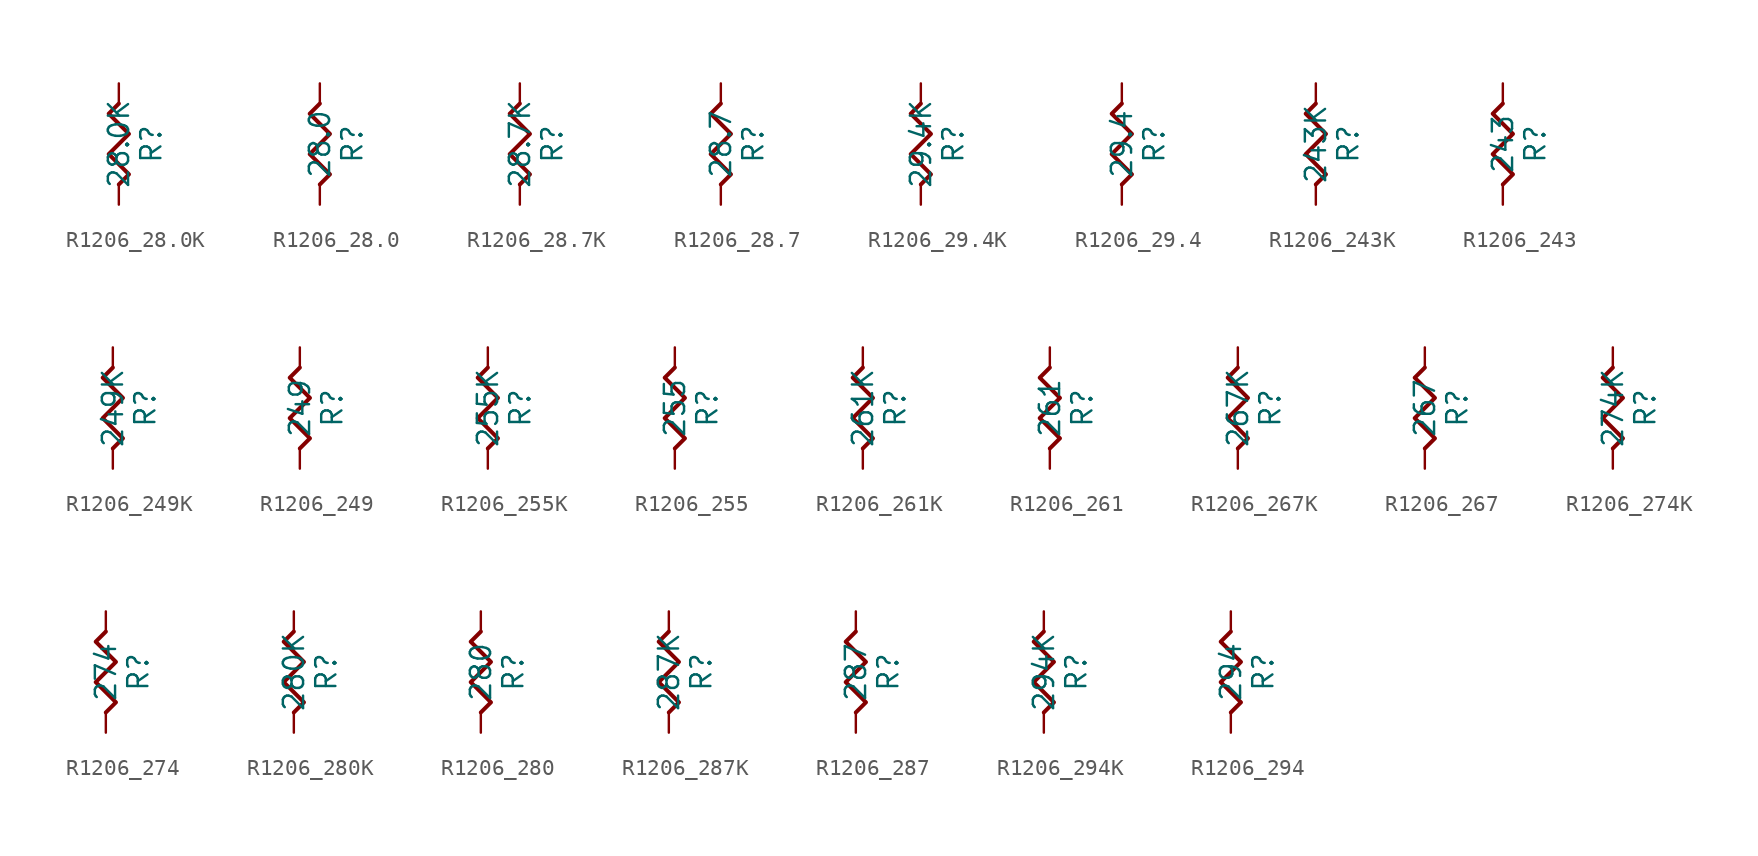
<source format=kicad_sym>
(kicad_symbol_lib
  (version 20211014)
  (generator atlantix-eda)
  (symbol "R1206_28.0K"
    (pin_numbers hide)
    (pin_names
      (offset 0))
    (property "Reference" "R"
      (at 2.032 0 90)
      (effects (font (size 1.27 1.27))))
    (property "Value" "28.0K"
      (at 0 0 90)
      (effects (font (size 1.27 1.27))))
    (symbol "R1206_28.0K_0_1"
      (polyline (pts (xy 0 -2.54) (xy 0.635 -1.905) (xy -0.635 -0.635) (xy 0.635 0.635) (xy -0.635 1.905) (xy 0 2.54)) (stroke (width 0.254) (type default) (color 0 0 0 0)) (fill (type none))))
    (symbol "R1206_28.0K_1_1"
      (pin passive line (at 0 3.81 270) (length 1.27) (name "~" (effects (font (size 1.27 1.27)))) (number "1" (effects (font (size 1.27 1.27)))))
      (pin passive line (at 0 -3.81 90) (length 1.27) (name "~" (effects (font (size 1.27 1.27)))) (number "2" (effects (font (size 1.27 1.27)))))))
  (symbol "R1206_28.0"
    (pin_numbers hide)
    (pin_names
      (offset 0))
    (property "Reference" "R"
      (at 2.032 0 90)
      (effects (font (size 1.27 1.27))))
    (property "Value" "28.0"
      (at 0 0 90)
      (effects (font (size 1.27 1.27))))
    (symbol "R1206_28.0_0_1"
      (polyline (pts (xy 0 -2.54) (xy 0.635 -1.905) (xy -0.635 -0.635) (xy 0.635 0.635) (xy -0.635 1.905) (xy 0 2.54)) (stroke (width 0.254) (type default) (color 0 0 0 0)) (fill (type none))))
    (symbol "R1206_28.0_1_1"
      (pin passive line (at 0 3.81 270) (length 1.27) (name "~" (effects (font (size 1.27 1.27)))) (number "1" (effects (font (size 1.27 1.27)))))
      (pin passive line (at 0 -3.81 90) (length 1.27) (name "~" (effects (font (size 1.27 1.27)))) (number "2" (effects (font (size 1.27 1.27)))))))
  (symbol "R1206_28.7K"
    (pin_numbers hide)
    (pin_names
      (offset 0))
    (property "Reference" "R"
      (at 2.032 0 90)
      (effects (font (size 1.27 1.27))))
    (property "Value" "28.7K"
      (at 0 0 90)
      (effects (font (size 1.27 1.27))))
    (symbol "R1206_28.7K_0_1"
      (polyline (pts (xy 0 -2.54) (xy 0.635 -1.905) (xy -0.635 -0.635) (xy 0.635 0.635) (xy -0.635 1.905) (xy 0 2.54)) (stroke (width 0.254) (type default) (color 0 0 0 0)) (fill (type none))))
    (symbol "R1206_28.7K_1_1"
      (pin passive line (at 0 3.81 270) (length 1.27) (name "~" (effects (font (size 1.27 1.27)))) (number "1" (effects (font (size 1.27 1.27)))))
      (pin passive line (at 0 -3.81 90) (length 1.27) (name "~" (effects (font (size 1.27 1.27)))) (number "2" (effects (font (size 1.27 1.27)))))))
  (symbol "R1206_28.7"
    (pin_numbers hide)
    (pin_names
      (offset 0))
    (property "Reference" "R"
      (at 2.032 0 90)
      (effects (font (size 1.27 1.27))))
    (property "Value" "28.7"
      (at 0 0 90)
      (effects (font (size 1.27 1.27))))
    (symbol "R1206_28.7_0_1"
      (polyline (pts (xy 0 -2.54) (xy 0.635 -1.905) (xy -0.635 -0.635) (xy 0.635 0.635) (xy -0.635 1.905) (xy 0 2.54)) (stroke (width 0.254) (type default) (color 0 0 0 0)) (fill (type none))))
    (symbol "R1206_28.7_1_1"
      (pin passive line (at 0 3.81 270) (length 1.27) (name "~" (effects (font (size 1.27 1.27)))) (number "1" (effects (font (size 1.27 1.27)))))
      (pin passive line (at 0 -3.81 90) (length 1.27) (name "~" (effects (font (size 1.27 1.27)))) (number "2" (effects (font (size 1.27 1.27)))))))
  (symbol "R1206_29.4K"
    (pin_numbers hide)
    (pin_names
      (offset 0))
    (property "Reference" "R"
      (at 2.032 0 90)
      (effects (font (size 1.27 1.27))))
    (property "Value" "29.4K"
      (at 0 0 90)
      (effects (font (size 1.27 1.27))))
    (symbol "R1206_29.4K_0_1"
      (polyline (pts (xy 0 -2.54) (xy 0.635 -1.905) (xy -0.635 -0.635) (xy 0.635 0.635) (xy -0.635 1.905) (xy 0 2.54)) (stroke (width 0.254) (type default) (color 0 0 0 0)) (fill (type none))))
    (symbol "R1206_29.4K_1_1"
      (pin passive line (at 0 3.81 270) (length 1.27) (name "~" (effects (font (size 1.27 1.27)))) (number "1" (effects (font (size 1.27 1.27)))))
      (pin passive line (at 0 -3.81 90) (length 1.27) (name "~" (effects (font (size 1.27 1.27)))) (number "2" (effects (font (size 1.27 1.27)))))))
  (symbol "R1206_29.4"
    (pin_numbers hide)
    (pin_names
      (offset 0))
    (property "Reference" "R"
      (at 2.032 0 90)
      (effects (font (size 1.27 1.27))))
    (property "Value" "29.4"
      (at 0 0 90)
      (effects (font (size 1.27 1.27))))
    (symbol "R1206_29.4_0_1"
      (polyline (pts (xy 0 -2.54) (xy 0.635 -1.905) (xy -0.635 -0.635) (xy 0.635 0.635) (xy -0.635 1.905) (xy 0 2.54)) (stroke (width 0.254) (type default) (color 0 0 0 0)) (fill (type none))))
    (symbol "R1206_29.4_1_1"
      (pin passive line (at 0 3.81 270) (length 1.27) (name "~" (effects (font (size 1.27 1.27)))) (number "1" (effects (font (size 1.27 1.27)))))
      (pin passive line (at 0 -3.81 90) (length 1.27) (name "~" (effects (font (size 1.27 1.27)))) (number "2" (effects (font (size 1.27 1.27)))))))
  (symbol "R1206_243K"
    (pin_numbers hide)
    (pin_names
      (offset 0))
    (property "Reference" "R"
      (at 2.032 0 90)
      (effects (font (size 1.27 1.27))))
    (property "Value" "243K"
      (at 0 0 90)
      (effects (font (size 1.27 1.27))))
    (symbol "R1206_243K_0_1"
      (polyline (pts (xy 0 -2.54) (xy 0.635 -1.905) (xy -0.635 -0.635) (xy 0.635 0.635) (xy -0.635 1.905) (xy 0 2.54)) (stroke (width 0.254) (type default) (color 0 0 0 0)) (fill (type none))))
    (symbol "R1206_243K_1_1"
      (pin passive line (at 0 3.81 270) (length 1.27) (name "~" (effects (font (size 1.27 1.27)))) (number "1" (effects (font (size 1.27 1.27)))))
      (pin passive line (at 0 -3.81 90) (length 1.27) (name "~" (effects (font (size 1.27 1.27)))) (number "2" (effects (font (size 1.27 1.27)))))))
  (symbol "R1206_243"
    (pin_numbers hide)
    (pin_names
      (offset 0))
    (property "Reference" "R"
      (at 2.032 0 90)
      (effects (font (size 1.27 1.27))))
    (property "Value" "243"
      (at 0 0 90)
      (effects (font (size 1.27 1.27))))
    (symbol "R1206_243_0_1"
      (polyline (pts (xy 0 -2.54) (xy 0.635 -1.905) (xy -0.635 -0.635) (xy 0.635 0.635) (xy -0.635 1.905) (xy 0 2.54)) (stroke (width 0.254) (type default) (color 0 0 0 0)) (fill (type none))))
    (symbol "R1206_243_1_1"
      (pin passive line (at 0 3.81 270) (length 1.27) (name "~" (effects (font (size 1.27 1.27)))) (number "1" (effects (font (size 1.27 1.27)))))
      (pin passive line (at 0 -3.81 90) (length 1.27) (name "~" (effects (font (size 1.27 1.27)))) (number "2" (effects (font (size 1.27 1.27)))))))
  (symbol "R1206_249K"
    (pin_numbers hide)
    (pin_names
      (offset 0))
    (property "Reference" "R"
      (at 2.032 0 90)
      (effects (font (size 1.27 1.27))))
    (property "Value" "249K"
      (at 0 0 90)
      (effects (font (size 1.27 1.27))))
    (symbol "R1206_249K_0_1"
      (polyline (pts (xy 0 -2.54) (xy 0.635 -1.905) (xy -0.635 -0.635) (xy 0.635 0.635) (xy -0.635 1.905) (xy 0 2.54)) (stroke (width 0.254) (type default) (color 0 0 0 0)) (fill (type none))))
    (symbol "R1206_249K_1_1"
      (pin passive line (at 0 3.81 270) (length 1.27) (name "~" (effects (font (size 1.27 1.27)))) (number "1" (effects (font (size 1.27 1.27)))))
      (pin passive line (at 0 -3.81 90) (length 1.27) (name "~" (effects (font (size 1.27 1.27)))) (number "2" (effects (font (size 1.27 1.27)))))))
  (symbol "R1206_249"
    (pin_numbers hide)
    (pin_names
      (offset 0))
    (property "Reference" "R"
      (at 2.032 0 90)
      (effects (font (size 1.27 1.27))))
    (property "Value" "249"
      (at 0 0 90)
      (effects (font (size 1.27 1.27))))
    (symbol "R1206_249_0_1"
      (polyline (pts (xy 0 -2.54) (xy 0.635 -1.905) (xy -0.635 -0.635) (xy 0.635 0.635) (xy -0.635 1.905) (xy 0 2.54)) (stroke (width 0.254) (type default) (color 0 0 0 0)) (fill (type none))))
    (symbol "R1206_249_1_1"
      (pin passive line (at 0 3.81 270) (length 1.27) (name "~" (effects (font (size 1.27 1.27)))) (number "1" (effects (font (size 1.27 1.27)))))
      (pin passive line (at 0 -3.81 90) (length 1.27) (name "~" (effects (font (size 1.27 1.27)))) (number "2" (effects (font (size 1.27 1.27)))))))
  (symbol "R1206_255K"
    (pin_numbers hide)
    (pin_names
      (offset 0))
    (property "Reference" "R"
      (at 2.032 0 90)
      (effects (font (size 1.27 1.27))))
    (property "Value" "255K"
      (at 0 0 90)
      (effects (font (size 1.27 1.27))))
    (symbol "R1206_255K_0_1"
      (polyline (pts (xy 0 -2.54) (xy 0.635 -1.905) (xy -0.635 -0.635) (xy 0.635 0.635) (xy -0.635 1.905) (xy 0 2.54)) (stroke (width 0.254) (type default) (color 0 0 0 0)) (fill (type none))))
    (symbol "R1206_255K_1_1"
      (pin passive line (at 0 3.81 270) (length 1.27) (name "~" (effects (font (size 1.27 1.27)))) (number "1" (effects (font (size 1.27 1.27)))))
      (pin passive line (at 0 -3.81 90) (length 1.27) (name "~" (effects (font (size 1.27 1.27)))) (number "2" (effects (font (size 1.27 1.27)))))))
  (symbol "R1206_255"
    (pin_numbers hide)
    (pin_names
      (offset 0))
    (property "Reference" "R"
      (at 2.032 0 90)
      (effects (font (size 1.27 1.27))))
    (property "Value" "255"
      (at 0 0 90)
      (effects (font (size 1.27 1.27))))
    (symbol "R1206_255_0_1"
      (polyline (pts (xy 0 -2.54) (xy 0.635 -1.905) (xy -0.635 -0.635) (xy 0.635 0.635) (xy -0.635 1.905) (xy 0 2.54)) (stroke (width 0.254) (type default) (color 0 0 0 0)) (fill (type none))))
    (symbol "R1206_255_1_1"
      (pin passive line (at 0 3.81 270) (length 1.27) (name "~" (effects (font (size 1.27 1.27)))) (number "1" (effects (font (size 1.27 1.27)))))
      (pin passive line (at 0 -3.81 90) (length 1.27) (name "~" (effects (font (size 1.27 1.27)))) (number "2" (effects (font (size 1.27 1.27)))))))
  (symbol "R1206_261K"
    (pin_numbers hide)
    (pin_names
      (offset 0))
    (property "Reference" "R"
      (at 2.032 0 90)
      (effects (font (size 1.27 1.27))))
    (property "Value" "261K"
      (at 0 0 90)
      (effects (font (size 1.27 1.27))))
    (symbol "R1206_261K_0_1"
      (polyline (pts (xy 0 -2.54) (xy 0.635 -1.905) (xy -0.635 -0.635) (xy 0.635 0.635) (xy -0.635 1.905) (xy 0 2.54)) (stroke (width 0.254) (type default) (color 0 0 0 0)) (fill (type none))))
    (symbol "R1206_261K_1_1"
      (pin passive line (at 0 3.81 270) (length 1.27) (name "~" (effects (font (size 1.27 1.27)))) (number "1" (effects (font (size 1.27 1.27)))))
      (pin passive line (at 0 -3.81 90) (length 1.27) (name "~" (effects (font (size 1.27 1.27)))) (number "2" (effects (font (size 1.27 1.27)))))))
  (symbol "R1206_261"
    (pin_numbers hide)
    (pin_names
      (offset 0))
    (property "Reference" "R"
      (at 2.032 0 90)
      (effects (font (size 1.27 1.27))))
    (property "Value" "261"
      (at 0 0 90)
      (effects (font (size 1.27 1.27))))
    (symbol "R1206_261_0_1"
      (polyline (pts (xy 0 -2.54) (xy 0.635 -1.905) (xy -0.635 -0.635) (xy 0.635 0.635) (xy -0.635 1.905) (xy 0 2.54)) (stroke (width 0.254) (type default) (color 0 0 0 0)) (fill (type none))))
    (symbol "R1206_261_1_1"
      (pin passive line (at 0 3.81 270) (length 1.27) (name "~" (effects (font (size 1.27 1.27)))) (number "1" (effects (font (size 1.27 1.27)))))
      (pin passive line (at 0 -3.81 90) (length 1.27) (name "~" (effects (font (size 1.27 1.27)))) (number "2" (effects (font (size 1.27 1.27)))))))
  (symbol "R1206_267K"
    (pin_numbers hide)
    (pin_names
      (offset 0))
    (property "Reference" "R"
      (at 2.032 0 90)
      (effects (font (size 1.27 1.27))))
    (property "Value" "267K"
      (at 0 0 90)
      (effects (font (size 1.27 1.27))))
    (symbol "R1206_267K_0_1"
      (polyline (pts (xy 0 -2.54) (xy 0.635 -1.905) (xy -0.635 -0.635) (xy 0.635 0.635) (xy -0.635 1.905) (xy 0 2.54)) (stroke (width 0.254) (type default) (color 0 0 0 0)) (fill (type none))))
    (symbol "R1206_267K_1_1"
      (pin passive line (at 0 3.81 270) (length 1.27) (name "~" (effects (font (size 1.27 1.27)))) (number "1" (effects (font (size 1.27 1.27)))))
      (pin passive line (at 0 -3.81 90) (length 1.27) (name "~" (effects (font (size 1.27 1.27)))) (number "2" (effects (font (size 1.27 1.27)))))))
  (symbol "R1206_267"
    (pin_numbers hide)
    (pin_names
      (offset 0))
    (property "Reference" "R"
      (at 2.032 0 90)
      (effects (font (size 1.27 1.27))))
    (property "Value" "267"
      (at 0 0 90)
      (effects (font (size 1.27 1.27))))
    (symbol "R1206_267_0_1"
      (polyline (pts (xy 0 -2.54) (xy 0.635 -1.905) (xy -0.635 -0.635) (xy 0.635 0.635) (xy -0.635 1.905) (xy 0 2.54)) (stroke (width 0.254) (type default) (color 0 0 0 0)) (fill (type none))))
    (symbol "R1206_267_1_1"
      (pin passive line (at 0 3.81 270) (length 1.27) (name "~" (effects (font (size 1.27 1.27)))) (number "1" (effects (font (size 1.27 1.27)))))
      (pin passive line (at 0 -3.81 90) (length 1.27) (name "~" (effects (font (size 1.27 1.27)))) (number "2" (effects (font (size 1.27 1.27)))))))
  (symbol "R1206_274K"
    (pin_numbers hide)
    (pin_names
      (offset 0))
    (property "Reference" "R"
      (at 2.032 0 90)
      (effects (font (size 1.27 1.27))))
    (property "Value" "274K"
      (at 0 0 90)
      (effects (font (size 1.27 1.27))))
    (symbol "R1206_274K_0_1"
      (polyline (pts (xy 0 -2.54) (xy 0.635 -1.905) (xy -0.635 -0.635) (xy 0.635 0.635) (xy -0.635 1.905) (xy 0 2.54)) (stroke (width 0.254) (type default) (color 0 0 0 0)) (fill (type none))))
    (symbol "R1206_274K_1_1"
      (pin passive line (at 0 3.81 270) (length 1.27) (name "~" (effects (font (size 1.27 1.27)))) (number "1" (effects (font (size 1.27 1.27)))))
      (pin passive line (at 0 -3.81 90) (length 1.27) (name "~" (effects (font (size 1.27 1.27)))) (number "2" (effects (font (size 1.27 1.27)))))))
  (symbol "R1206_274"
    (pin_numbers hide)
    (pin_names
      (offset 0))
    (property "Reference" "R"
      (at 2.032 0 90)
      (effects (font (size 1.27 1.27))))
    (property "Value" "274"
      (at 0 0 90)
      (effects (font (size 1.27 1.27))))
    (symbol "R1206_274_0_1"
      (polyline (pts (xy 0 -2.54) (xy 0.635 -1.905) (xy -0.635 -0.635) (xy 0.635 0.635) (xy -0.635 1.905) (xy 0 2.54)) (stroke (width 0.254) (type default) (color 0 0 0 0)) (fill (type none))))
    (symbol "R1206_274_1_1"
      (pin passive line (at 0 3.81 270) (length 1.27) (name "~" (effects (font (size 1.27 1.27)))) (number "1" (effects (font (size 1.27 1.27)))))
      (pin passive line (at 0 -3.81 90) (length 1.27) (name "~" (effects (font (size 1.27 1.27)))) (number "2" (effects (font (size 1.27 1.27)))))))
  (symbol "R1206_280K"
    (pin_numbers hide)
    (pin_names
      (offset 0))
    (property "Reference" "R"
      (at 2.032 0 90)
      (effects (font (size 1.27 1.27))))
    (property "Value" "280K"
      (at 0 0 90)
      (effects (font (size 1.27 1.27))))
    (symbol "R1206_280K_0_1"
      (polyline (pts (xy 0 -2.54) (xy 0.635 -1.905) (xy -0.635 -0.635) (xy 0.635 0.635) (xy -0.635 1.905) (xy 0 2.54)) (stroke (width 0.254) (type default) (color 0 0 0 0)) (fill (type none))))
    (symbol "R1206_280K_1_1"
      (pin passive line (at 0 3.81 270) (length 1.27) (name "~" (effects (font (size 1.27 1.27)))) (number "1" (effects (font (size 1.27 1.27)))))
      (pin passive line (at 0 -3.81 90) (length 1.27) (name "~" (effects (font (size 1.27 1.27)))) (number "2" (effects (font (size 1.27 1.27)))))))
  (symbol "R1206_280"
    (pin_numbers hide)
    (pin_names
      (offset 0))
    (property "Reference" "R"
      (at 2.032 0 90)
      (effects (font (size 1.27 1.27))))
    (property "Value" "280"
      (at 0 0 90)
      (effects (font (size 1.27 1.27))))
    (symbol "R1206_280_0_1"
      (polyline (pts (xy 0 -2.54) (xy 0.635 -1.905) (xy -0.635 -0.635) (xy 0.635 0.635) (xy -0.635 1.905) (xy 0 2.54)) (stroke (width 0.254) (type default) (color 0 0 0 0)) (fill (type none))))
    (symbol "R1206_280_1_1"
      (pin passive line (at 0 3.81 270) (length 1.27) (name "~" (effects (font (size 1.27 1.27)))) (number "1" (effects (font (size 1.27 1.27)))))
      (pin passive line (at 0 -3.81 90) (length 1.27) (name "~" (effects (font (size 1.27 1.27)))) (number "2" (effects (font (size 1.27 1.27)))))))
  (symbol "R1206_287K"
    (pin_numbers hide)
    (pin_names
      (offset 0))
    (property "Reference" "R"
      (at 2.032 0 90)
      (effects (font (size 1.27 1.27))))
    (property "Value" "287K"
      (at 0 0 90)
      (effects (font (size 1.27 1.27))))
    (symbol "R1206_287K_0_1"
      (polyline (pts (xy 0 -2.54) (xy 0.635 -1.905) (xy -0.635 -0.635) (xy 0.635 0.635) (xy -0.635 1.905) (xy 0 2.54)) (stroke (width 0.254) (type default) (color 0 0 0 0)) (fill (type none))))
    (symbol "R1206_287K_1_1"
      (pin passive line (at 0 3.81 270) (length 1.27) (name "~" (effects (font (size 1.27 1.27)))) (number "1" (effects (font (size 1.27 1.27)))))
      (pin passive line (at 0 -3.81 90) (length 1.27) (name "~" (effects (font (size 1.27 1.27)))) (number "2" (effects (font (size 1.27 1.27)))))))
  (symbol "R1206_287"
    (pin_numbers hide)
    (pin_names
      (offset 0))
    (property "Reference" "R"
      (at 2.032 0 90)
      (effects (font (size 1.27 1.27))))
    (property "Value" "287"
      (at 0 0 90)
      (effects (font (size 1.27 1.27))))
    (symbol "R1206_287_0_1"
      (polyline (pts (xy 0 -2.54) (xy 0.635 -1.905) (xy -0.635 -0.635) (xy 0.635 0.635) (xy -0.635 1.905) (xy 0 2.54)) (stroke (width 0.254) (type default) (color 0 0 0 0)) (fill (type none))))
    (symbol "R1206_287_1_1"
      (pin passive line (at 0 3.81 270) (length 1.27) (name "~" (effects (font (size 1.27 1.27)))) (number "1" (effects (font (size 1.27 1.27)))))
      (pin passive line (at 0 -3.81 90) (length 1.27) (name "~" (effects (font (size 1.27 1.27)))) (number "2" (effects (font (size 1.27 1.27)))))))
  (symbol "R1206_294K"
    (pin_numbers hide)
    (pin_names
      (offset 0))
    (property "Reference" "R"
      (at 2.032 0 90)
      (effects (font (size 1.27 1.27))))
    (property "Value" "294K"
      (at 0 0 90)
      (effects (font (size 1.27 1.27))))
    (symbol "R1206_294K_0_1"
      (polyline (pts (xy 0 -2.54) (xy 0.635 -1.905) (xy -0.635 -0.635) (xy 0.635 0.635) (xy -0.635 1.905) (xy 0 2.54)) (stroke (width 0.254) (type default) (color 0 0 0 0)) (fill (type none))))
    (symbol "R1206_294K_1_1"
      (pin passive line (at 0 3.81 270) (length 1.27) (name "~" (effects (font (size 1.27 1.27)))) (number "1" (effects (font (size 1.27 1.27)))))
      (pin passive line (at 0 -3.81 90) (length 1.27) (name "~" (effects (font (size 1.27 1.27)))) (number "2" (effects (font (size 1.27 1.27)))))))
  (symbol "R1206_294"
    (pin_numbers hide)
    (pin_names
      (offset 0))
    (property "Reference" "R"
      (at 2.032 0 90)
      (effects (font (size 1.27 1.27))))
    (property "Value" "294"
      (at 0 0 90)
      (effects (font (size 1.27 1.27))))
    (symbol "R1206_294_0_1"
      (polyline (pts (xy 0 -2.54) (xy 0.635 -1.905) (xy -0.635 -0.635) (xy 0.635 0.635) (xy -0.635 1.905) (xy 0 2.54)) (stroke (width 0.254) (type default) (color 0 0 0 0)) (fill (type none))))
    (symbol "R1206_294_1_1"
      (pin passive line (at 0 3.81 270) (length 1.27) (name "~" (effects (font (size 1.27 1.27)))) (number "1" (effects (font (size 1.27 1.27)))))
      (pin passive line (at 0 -3.81 90) (length 1.27) (name "~" (effects (font (size 1.27 1.27)))) (number "2" (effects (font (size 1.27 1.27))))))))
</source>
